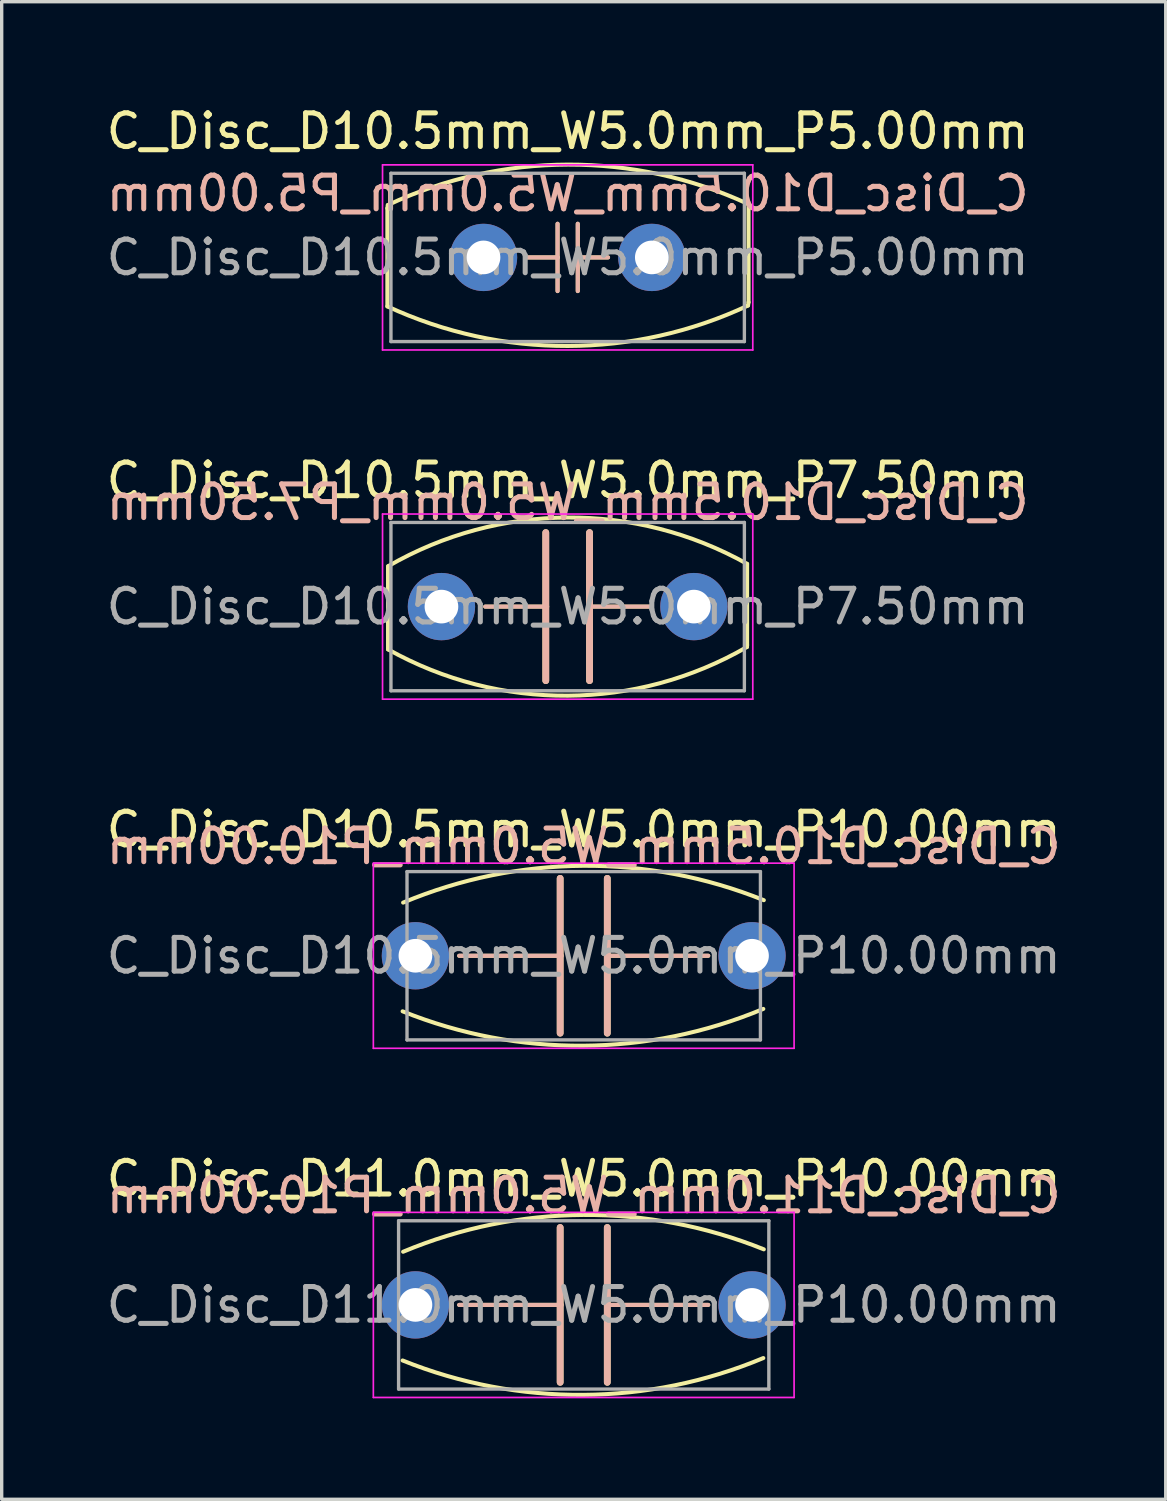
<source format=kicad_pcb>
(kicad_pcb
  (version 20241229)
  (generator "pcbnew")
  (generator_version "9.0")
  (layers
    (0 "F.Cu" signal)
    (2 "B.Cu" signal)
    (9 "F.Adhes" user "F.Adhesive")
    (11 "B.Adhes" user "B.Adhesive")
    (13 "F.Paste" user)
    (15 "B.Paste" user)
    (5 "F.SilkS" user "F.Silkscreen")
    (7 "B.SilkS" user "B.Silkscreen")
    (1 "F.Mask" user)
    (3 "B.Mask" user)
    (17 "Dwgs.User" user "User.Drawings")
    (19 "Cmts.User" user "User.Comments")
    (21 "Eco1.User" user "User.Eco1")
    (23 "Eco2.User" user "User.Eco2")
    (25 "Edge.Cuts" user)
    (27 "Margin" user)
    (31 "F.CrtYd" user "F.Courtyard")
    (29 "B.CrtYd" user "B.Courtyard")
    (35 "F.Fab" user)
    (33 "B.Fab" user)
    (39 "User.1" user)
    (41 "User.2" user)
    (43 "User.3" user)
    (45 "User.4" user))
  (footprint "C_Disc_D10.5mm_W5.0mm_P5.00mm"
    (layer "F.Cu")
    (at 11.315 4.598)
    (property "Reference" "C_Disc_D10.5mm_W5.0mm_P5.00mm" (at 2.5 -3.75 0) (layer "F.SilkS") (effects (font (size 1 1) (thickness 0.15))))
    (fp_line (start -2.857 -1.46) (end -2.843 -1.556) (stroke (width 0.12) (type solid)) (layer "F.SilkS"))
    (fp_line (start -2.857 1.454) (end -2.857 -1.46) (stroke (width 0.12) (type solid)) (layer "F.SilkS"))
    (fp_line (start 1.3 0) (end 2.2 0) (stroke (width 0.12) (type solid)) (layer "F.SilkS"))
    (fp_line (start 2.2 0) (end 2.2 -1) (stroke (width 0.12) (type solid)) (layer "F.SilkS"))
    (fp_line (start 2.2 0) (end 2.2 1) (stroke (width 0.12) (type solid)) (layer "F.SilkS"))
    (fp_line (start 2.8 -1) (end 2.8 1) (stroke (width 0.12) (type solid)) (layer "F.SilkS"))
    (fp_line (start 2.8 0) (end 3.7 0) (stroke (width 0.12) (type solid)) (layer "F.SilkS"))
    (fp_line (start 7.874 -1.581) (end 7.874 1.333) (stroke (width 0.12) (type solid)) (layer "F.SilkS"))
    (fp_line (start 7.874 1.333) (end 7.859 1.429) (stroke (width 0.12) (type solid)) (layer "F.SilkS"))
    (fp_arc (start -2.842795 -1.556187) (mid 2.512796 -2.757728) (end 7.874 -1.581487) (stroke (width 0.12) (type solid)) (layer "F.SilkS"))
    (fp_arc (start 7.859295 1.429187) (mid 2.503704 2.630728) (end -2.8575 1.454487) (stroke (width 0.12) (type solid)) (layer "F.SilkS"))
    (fp_line (start 1.3 0) (end 2.2 0) (stroke (width 0.12) (type solid)) (layer "B.SilkS"))
    (fp_line (start 2.2 0) (end 2.2 -1) (stroke (width 0.12) (type solid)) (layer "B.SilkS"))
    (fp_line (start 2.2 0) (end 2.2 1) (stroke (width 0.12) (type solid)) (layer "B.SilkS"))
    (fp_line (start 2.8 0) (end 3.7 0) (stroke (width 0.12) (type solid)) (layer "B.SilkS"))
    (fp_line (start 2.8 1) (end 2.8 -1) (stroke (width 0.12) (type solid)) (layer "B.SilkS"))
    (fp_line (start -3 -2.75) (end -3 2.75) (stroke (width 0.05) (type solid)) (layer "F.CrtYd"))
    (fp_line (start -3 2.75) (end 8 2.75) (stroke (width 0.05) (type solid)) (layer "F.CrtYd"))
    (fp_line (start 8 -2.75) (end -3 -2.75) (stroke (width 0.05) (type solid)) (layer "F.CrtYd"))
    (fp_line (start 8 2.75) (end 8 -2.75) (stroke (width 0.05) (type solid)) (layer "F.CrtYd"))
    (fp_line (start -2.75 -2.5) (end -2.75 2.5) (stroke (width 0.1) (type solid)) (layer "F.Fab"))
    (fp_line (start -2.75 2.5) (end 7.75 2.5) (stroke (width 0.1) (type solid)) (layer "F.Fab"))
    (fp_line (start 7.75 -2.5) (end -2.75 -2.5) (stroke (width 0.1) (type solid)) (layer "F.Fab"))
    (fp_line (start 7.75 2.5) (end 7.75 -2.5) (stroke (width 0.1) (type solid)) (layer "F.Fab"))
    (fp_text user "${REFERENCE}" (at 2.5 -1.9 0) (layer "B.SilkS") (effects (font (size 1 1) (thickness 0.15)) (justify mirror)))
    (fp_text user "${REFERENCE}" (at 2.5 0 0) (layer "F.Fab") (effects (font (size 1 1) (thickness 0.15))))
    (pad "1" thru_hole circle (at 0 0) (size 2 2) (drill 1) (layers "*.Cu" "*.Mask"))
    (pad "2" thru_hole circle (at 5 0) (size 2 2) (drill 1) (layers "*.Cu" "*.Mask")))
  (footprint "C_Disc_D10.5mm_W5.0mm_P7.50mm"
    (layer "F.Cu")
    (at 10.065 14.972)
    (property "Reference" "C_Disc_D10.5mm_W5.0mm_P7.50mm" (at 3.75 -3.75 0) (layer "F.SilkS") (effects (font (size 1 1) (thickness 0.15))))
    (fp_line (start -1.587 -1.143) (end -1.584 -1.2) (stroke (width 0.12) (type solid)) (layer "F.SilkS"))
    (fp_line (start -1.587 1.27) (end -1.587 -1.143) (stroke (width 0.12) (type solid)) (layer "F.SilkS"))
    (fp_line (start 1.3 0) (end 3.1 0) (stroke (width 0.12) (type solid)) (layer "F.SilkS"))
    (fp_line (start 3.1 0) (end 3.1 -2.2) (stroke (width 0.2) (type solid)) (layer "F.SilkS"))
    (fp_line (start 3.1 0) (end 3.1 2.2) (stroke (width 0.2) (type solid)) (layer "F.SilkS"))
    (fp_line (start 4.4 0) (end 4.4 -2.2) (stroke (width 0.2) (type solid)) (layer "F.SilkS"))
    (fp_line (start 4.4 0) (end 4.4 2.2) (stroke (width 0.2) (type solid)) (layer "F.SilkS"))
    (fp_line (start 4.4 0) (end 6.2 0) (stroke (width 0.12) (type solid)) (layer "F.SilkS"))
    (fp_line (start 9.081 -1.27) (end 9.081 1.143) (stroke (width 0.12) (type solid)) (layer "F.SilkS"))
    (fp_line (start 9.081 1.143) (end 9.077 1.2) (stroke (width 0.12) (type solid)) (layer "F.SilkS"))
    (fp_arc (start -1.583661 -1.19986) (mid 3.739134 -2.646764) (end 9.0805 -1.27) (stroke (width 0.12) (type solid)) (layer "F.SilkS"))
    (fp_arc (start 9.076661 1.19986) (mid 3.753866 2.646764) (end -1.5875 1.27) (stroke (width 0.12) (type solid)) (layer "F.SilkS"))
    (fp_line (start 1.3 0) (end 3.048 0) (stroke (width 0.12) (type solid)) (layer "B.SilkS"))
    (fp_line (start 3.1 0) (end 3.1 -2.2) (stroke (width 0.2) (type solid)) (layer "B.SilkS"))
    (fp_line (start 3.1 0) (end 3.1 2.2) (stroke (width 0.2) (type solid)) (layer "B.SilkS"))
    (fp_line (start 4.4 0) (end 4.4 -2.2) (stroke (width 0.2) (type solid)) (layer "B.SilkS"))
    (fp_line (start 4.4 0) (end 4.4 2.2) (stroke (width 0.2) (type solid)) (layer "B.SilkS"))
    (fp_line (start 4.445 0) (end 6.2 0) (stroke (width 0.12) (type solid)) (layer "B.SilkS"))
    (fp_line (start -1.75 -2.75) (end -1.75 2.75) (stroke (width 0.05) (type solid)) (layer "F.CrtYd"))
    (fp_line (start -1.75 2.75) (end 9.25 2.75) (stroke (width 0.05) (type solid)) (layer "F.CrtYd"))
    (fp_line (start 9.25 -2.75) (end -1.75 -2.75) (stroke (width 0.05) (type solid)) (layer "F.CrtYd"))
    (fp_line (start 9.25 2.75) (end 9.25 -2.75) (stroke (width 0.05) (type solid)) (layer "F.CrtYd"))
    (fp_line (start -1.5 -2.5) (end -1.5 2.5) (stroke (width 0.1) (type solid)) (layer "F.Fab"))
    (fp_line (start -1.5 2.5) (end 9 2.5) (stroke (width 0.1) (type solid)) (layer "F.Fab"))
    (fp_line (start 9 -2.5) (end -1.5 -2.5) (stroke (width 0.1) (type solid)) (layer "F.Fab"))
    (fp_line (start 9 2.5) (end 9 -2.5) (stroke (width 0.1) (type solid)) (layer "F.Fab"))
    (fp_text user "${REFERENCE}" (at 3.75 -3.1 0) (layer "B.SilkS") (effects (font (size 1 1) (thickness 0.15)) (justify mirror)))
    (fp_text user "${REFERENCE}" (at 3.75 0 0) (layer "F.Fab") (effects (font (size 1 1) (thickness 0.15))))
    (pad "1" thru_hole circle (at 0 0) (size 2 2) (drill 1) (layers "*.Cu" "*.Mask"))
    (pad "2" thru_hole circle (at 7.5 0) (size 2 2) (drill 1) (layers "*.Cu" "*.Mask")))
  (footprint "C_Disc_D10.5mm_W5.0mm_P10.00mm"
    (layer "F.Cu")
    (at 9.292 25.345)
    (property "Reference" "C_Disc_D10.5mm_W5.0mm_P10.00mm" (at 5 -3.75 0) (layer "F.SilkS") (effects (font (size 1 1) (thickness 0.15))))
    (fp_line (start 1.3 0) (end 4.3 0) (stroke (width 0.12) (type solid)) (layer "F.SilkS"))
    (fp_line (start 4.3 0) (end 4.3 -2.3) (stroke (width 0.2) (type solid)) (layer "F.SilkS"))
    (fp_line (start 4.3 0) (end 4.3 2.3) (stroke (width 0.2) (type solid)) (layer "F.SilkS"))
    (fp_line (start 5.7 0) (end 5.7 -2.3) (stroke (width 0.2) (type solid)) (layer "F.SilkS"))
    (fp_line (start 5.7 0) (end 5.7 2.3) (stroke (width 0.2) (type solid)) (layer "F.SilkS"))
    (fp_line (start 5.7 0) (end 8.7 0) (stroke (width 0.12) (type solid)) (layer "F.SilkS"))
    (fp_arc (start -0.365657 -1.579056) (mid 4.985322 -2.672545) (end 10.3505 -1.651) (stroke (width 0.12) (type solid)) (layer "F.SilkS"))
    (fp_arc (start 10.335157 1.579056) (mid 4.984178 2.672545) (end -0.381 1.651) (stroke (width 0.12) (type solid)) (layer "F.SilkS"))
    (fp_line (start 1.3 0) (end 4.3 0) (stroke (width 0.12) (type solid)) (layer "B.SilkS"))
    (fp_line (start 4.3 0) (end 4.3 -2.3) (stroke (width 0.2) (type solid)) (layer "B.SilkS"))
    (fp_line (start 4.3 0) (end 4.3 2.3) (stroke (width 0.2) (type solid)) (layer "B.SilkS"))
    (fp_line (start 5.7 0) (end 5.7 -2.3) (stroke (width 0.2) (type solid)) (layer "B.SilkS"))
    (fp_line (start 5.7 0) (end 5.7 2.3) (stroke (width 0.2) (type solid)) (layer "B.SilkS"))
    (fp_line (start 5.7 0) (end 8.7 0) (stroke (width 0.12) (type solid)) (layer "B.SilkS"))
    (fp_line (start -1.25 -2.75) (end -1.25 2.75) (stroke (width 0.05) (type solid)) (layer "F.CrtYd"))
    (fp_line (start -1.25 2.75) (end 11.25 2.75) (stroke (width 0.05) (type solid)) (layer "F.CrtYd"))
    (fp_line (start 11.25 -2.75) (end -1.25 -2.75) (stroke (width 0.05) (type solid)) (layer "F.CrtYd"))
    (fp_line (start 11.25 2.75) (end 11.25 -2.75) (stroke (width 0.05) (type solid)) (layer "F.CrtYd"))
    (fp_line (start -0.25 -2.5) (end -0.25 2.5) (stroke (width 0.1) (type solid)) (layer "F.Fab"))
    (fp_line (start -0.25 2.5) (end 10.25 2.5) (stroke (width 0.1) (type solid)) (layer "F.Fab"))
    (fp_line (start 10.25 -2.5) (end -0.25 -2.5) (stroke (width 0.1) (type solid)) (layer "F.Fab"))
    (fp_line (start 10.25 2.5) (end 10.25 -2.5) (stroke (width 0.1) (type solid)) (layer "F.Fab"))
    (fp_text user "${REFERENCE}" (at 5 -3.25 0) (layer "B.SilkS") (effects (font (size 1 1) (thickness 0.15)) (justify mirror)))
    (fp_text user "${REFERENCE}" (at 5 0 0) (layer "F.Fab") (effects (font (size 1 1) (thickness 0.15))))
    (pad "1" thru_hole circle (at 0 0) (size 2 2) (drill 1) (layers "*.Cu" "*.Mask"))
    (pad "2" thru_hole circle (at 10 0) (size 2 2) (drill 1) (layers "*.Cu" "*.Mask")))
  (footprint "C_Disc_D11.0mm_W5.0mm_P10.00mm"
    (layer "F.Cu")
    (at 9.292 35.718)
    (property "Reference" "C_Disc_D11.0mm_W5.0mm_P10.00mm" (at 5 -3.75 0) (layer "F.SilkS") (effects (font (size 1 1) (thickness 0.15))))
    (fp_line (start 1.3 0) (end 4.3 0) (stroke (width 0.12) (type solid)) (layer "F.SilkS"))
    (fp_line (start 4.3 0) (end 4.3 -2.3) (stroke (width 0.2) (type solid)) (layer "F.SilkS"))
    (fp_line (start 4.3 0) (end 4.3 2.3) (stroke (width 0.2) (type solid)) (layer "F.SilkS"))
    (fp_line (start 5.7 0) (end 5.7 -2.3) (stroke (width 0.2) (type solid)) (layer "F.SilkS"))
    (fp_line (start 5.7 0) (end 5.7 2.3) (stroke (width 0.2) (type solid)) (layer "F.SilkS"))
    (fp_line (start 5.7 0) (end 8.7 0) (stroke (width 0.12) (type solid)) (layer "F.SilkS"))
    (fp_arc (start -0.365657 -1.579056) (mid 4.985322 -2.672545) (end 10.3505 -1.651) (stroke (width 0.12) (type solid)) (layer "F.SilkS"))
    (fp_arc (start 10.335157 1.579056) (mid 4.984178 2.672545) (end -0.381 1.651) (stroke (width 0.12) (type solid)) (layer "F.SilkS"))
    (fp_line (start 1.3 0) (end 4.3 0) (stroke (width 0.12) (type solid)) (layer "B.SilkS"))
    (fp_line (start 4.3 0) (end 4.3 -2.3) (stroke (width 0.2) (type solid)) (layer "B.SilkS"))
    (fp_line (start 4.3 0) (end 4.3 2.3) (stroke (width 0.2) (type solid)) (layer "B.SilkS"))
    (fp_line (start 5.7 0) (end 5.7 -2.3) (stroke (width 0.2) (type solid)) (layer "B.SilkS"))
    (fp_line (start 5.7 0) (end 5.7 2.3) (stroke (width 0.2) (type solid)) (layer "B.SilkS"))
    (fp_line (start 5.7 0) (end 8.7 0) (stroke (width 0.12) (type solid)) (layer "B.SilkS"))
    (fp_line (start -1.25 -2.75) (end -1.25 2.75) (stroke (width 0.05) (type solid)) (layer "F.CrtYd"))
    (fp_line (start -1.25 2.75) (end 11.25 2.75) (stroke (width 0.05) (type solid)) (layer "F.CrtYd"))
    (fp_line (start 11.25 -2.75) (end -1.25 -2.75) (stroke (width 0.05) (type solid)) (layer "F.CrtYd"))
    (fp_line (start 11.25 2.75) (end 11.25 -2.75) (stroke (width 0.05) (type solid)) (layer "F.CrtYd"))
    (fp_line (start -0.5 -2.5) (end -0.5 2.5) (stroke (width 0.1) (type solid)) (layer "F.Fab"))
    (fp_line (start -0.5 2.5) (end 10.5 2.5) (stroke (width 0.1) (type solid)) (layer "F.Fab"))
    (fp_line (start 10.5 -2.5) (end -0.5 -2.5) (stroke (width 0.1) (type solid)) (layer "F.Fab"))
    (fp_line (start 10.5 2.5) (end 10.5 -2.5) (stroke (width 0.1) (type solid)) (layer "F.Fab"))
    (fp_text user "${REFERENCE}" (at 5 -3.25 0) (layer "B.SilkS") (effects (font (size 1 1) (thickness 0.15)) (justify mirror)))
    (fp_text user "${REFERENCE}" (at 5 0 0) (layer "F.Fab") (effects (font (size 1 1) (thickness 0.15))))
    (pad "1" thru_hole circle (at 0 0) (size 2 2) (drill 1) (layers "*.Cu" "*.Mask"))
    (pad "2" thru_hole circle (at 10 0) (size 2 2) (drill 1) (layers "*.Cu" "*.Mask")))
  (gr_rect
    (start -3 -3)
    (end 31.583 41.493)
    (stroke (width 0.1) (type default))
    (fill no)
    (layer "Edge.Cuts")))
</source>
